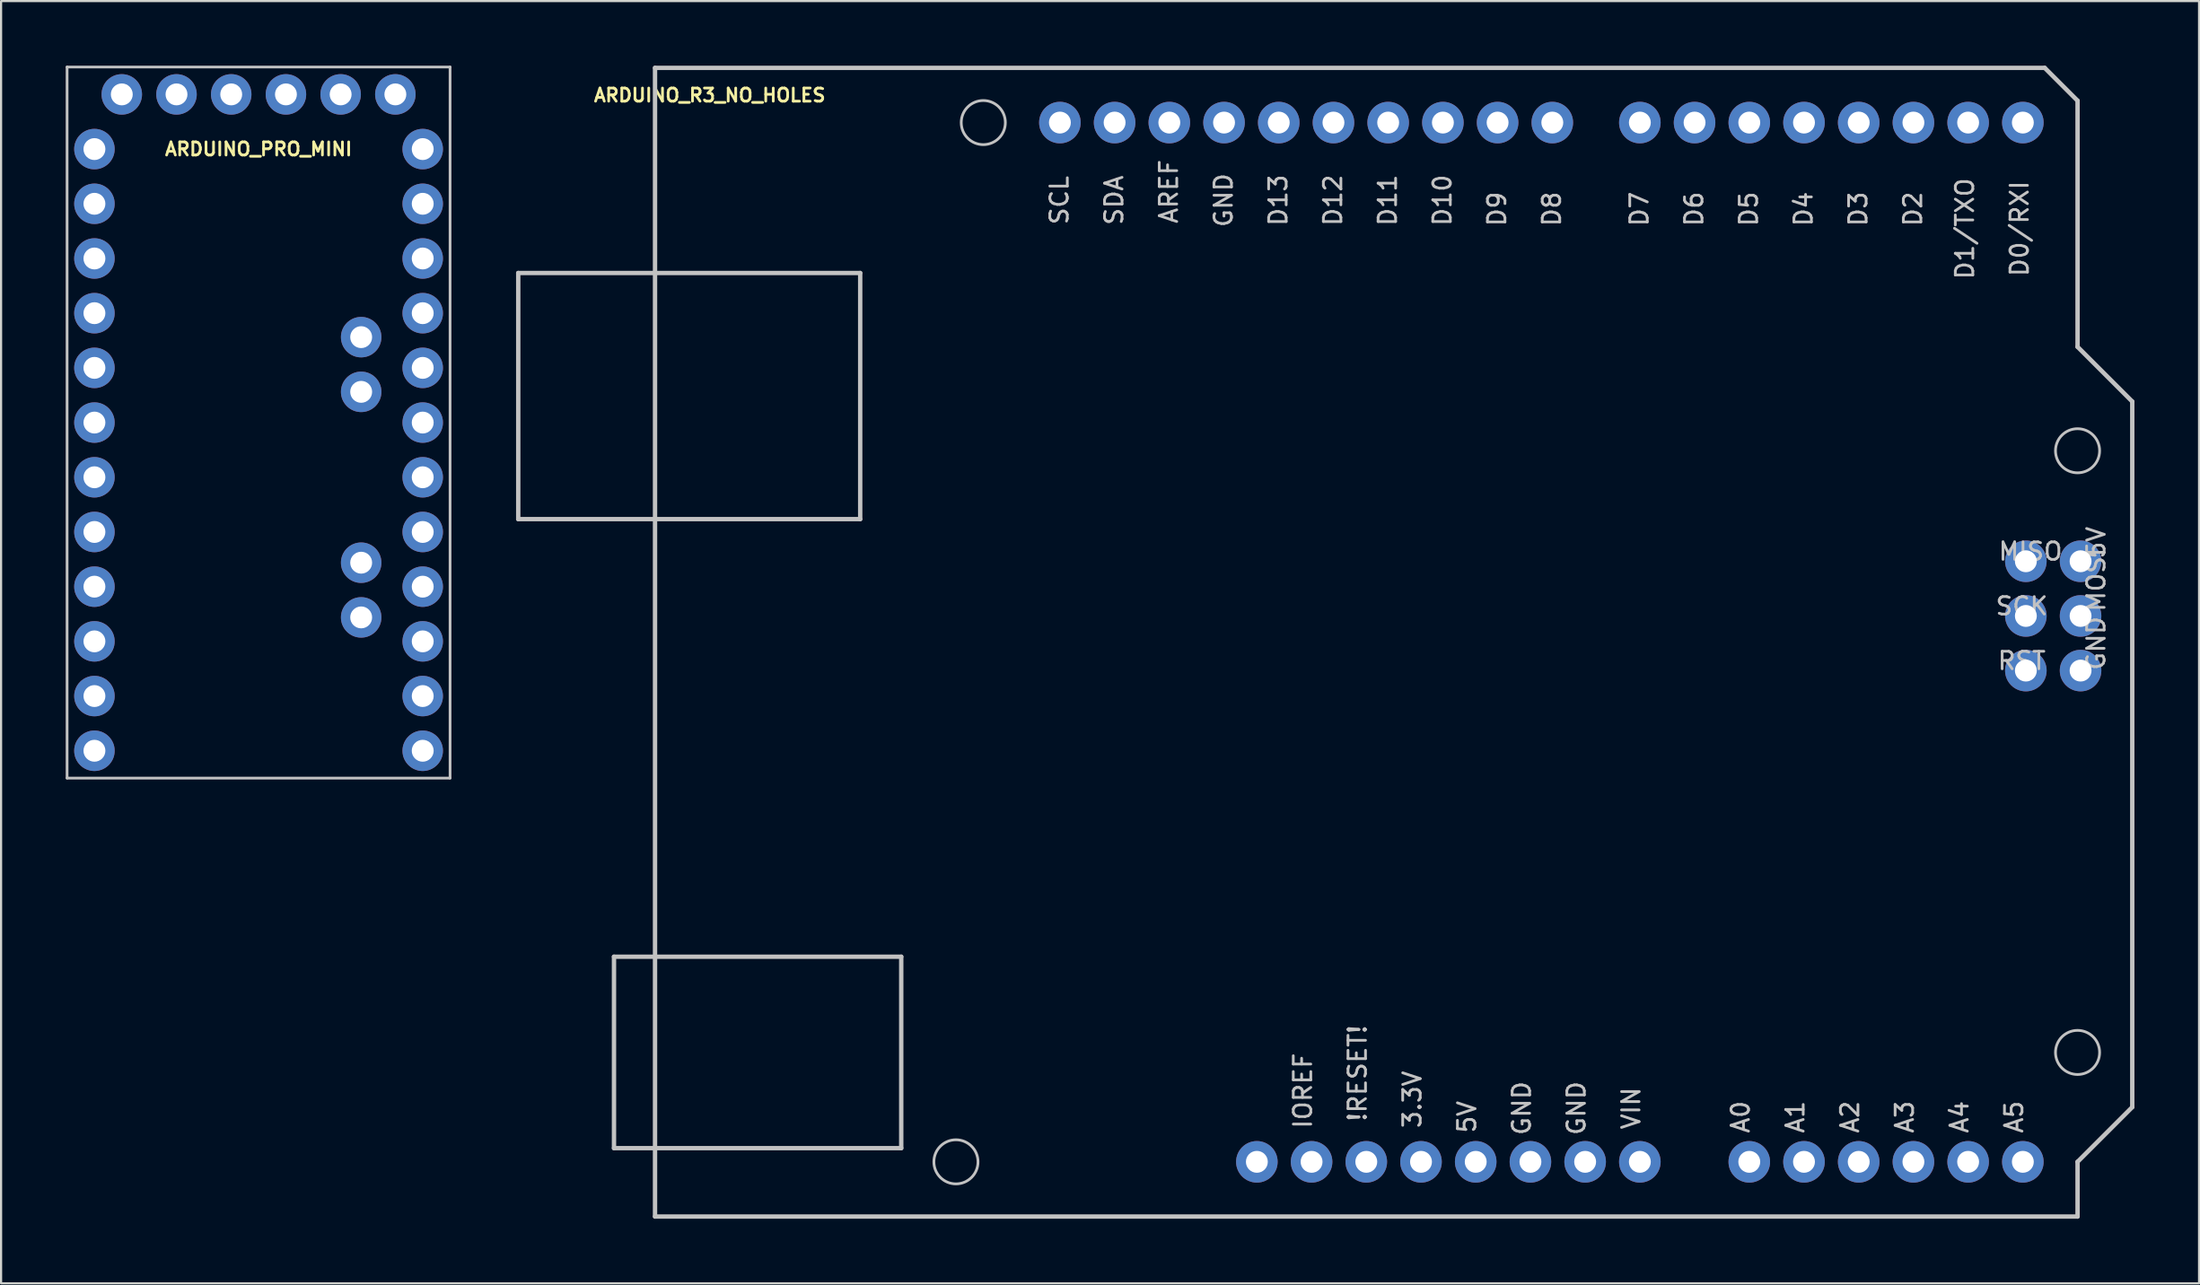
<source format=kicad_pcb>
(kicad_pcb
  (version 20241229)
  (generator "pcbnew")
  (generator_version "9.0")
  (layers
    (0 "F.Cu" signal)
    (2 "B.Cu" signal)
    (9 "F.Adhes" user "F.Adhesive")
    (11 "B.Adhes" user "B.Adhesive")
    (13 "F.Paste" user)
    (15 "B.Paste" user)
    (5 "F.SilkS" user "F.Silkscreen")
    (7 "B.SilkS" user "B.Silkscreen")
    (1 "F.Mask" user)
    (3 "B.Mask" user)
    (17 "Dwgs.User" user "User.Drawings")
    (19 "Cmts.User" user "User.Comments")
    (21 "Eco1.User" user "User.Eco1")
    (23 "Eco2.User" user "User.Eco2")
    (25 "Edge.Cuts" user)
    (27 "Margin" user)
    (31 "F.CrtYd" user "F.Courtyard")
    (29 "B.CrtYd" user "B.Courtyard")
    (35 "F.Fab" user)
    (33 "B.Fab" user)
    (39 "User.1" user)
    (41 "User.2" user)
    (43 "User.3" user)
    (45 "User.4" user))
  (footprint "ARDUINO_PRO_MINI"
    (layer "F.Cu")
    (at 8.954 16.573)
    (property "Reference" "ARDUINO_PRO_MINI" (at 0 -12.7 0) (layer "F.SilkS") (effects (font (size 0.61 0.61) (thickness 0.127))))
    (attr exclude_from_pos_files exclude_from_bom)
    (fp_line (start -8.89 -16.51) (end -8.89 16.51) (stroke (width 0.127) (type solid)) (layer "Dwgs.User"))
    (fp_line (start -8.89 16.51) (end 8.89 16.51) (stroke (width 0.127) (type solid)) (layer "Dwgs.User"))
    (fp_line (start 8.89 -16.51) (end -8.89 -16.51) (stroke (width 0.127) (type solid)) (layer "Dwgs.User"))
    (fp_line (start 8.89 16.51) (end 8.89 -16.51) (stroke (width 0.127) (type solid)) (layer "Dwgs.User"))
    (pad "1" thru_hole circle (at -7.62 -12.7) (size 1.88 1.88) (drill 1.016) (layers "*.Cu" "*.Mask"))
    (pad "2" thru_hole circle (at -7.62 -10.16) (size 1.88 1.88) (drill 1.016) (layers "*.Cu" "*.Mask"))
    (pad "3" thru_hole circle (at -7.62 -7.62) (size 1.88 1.88) (drill 1.016) (layers "*.Cu" "*.Mask"))
    (pad "4" thru_hole circle (at -7.62 -5.08) (size 1.88 1.88) (drill 1.016) (layers "*.Cu" "*.Mask"))
    (pad "5" thru_hole circle (at -7.62 -2.54) (size 1.88 1.88) (drill 1.016) (layers "*.Cu" "*.Mask"))
    (pad "6" thru_hole circle (at -7.62 0) (size 1.88 1.88) (drill 1.016) (layers "*.Cu" "*.Mask"))
    (pad "7" thru_hole circle (at -7.62 2.54) (size 1.88 1.88) (drill 1.016) (layers "*.Cu" "*.Mask"))
    (pad "8" thru_hole circle (at -7.62 5.08) (size 1.88 1.88) (drill 1.016) (layers "*.Cu" "*.Mask"))
    (pad "9" thru_hole circle (at -7.62 7.62) (size 1.88 1.88) (drill 1.016) (layers "*.Cu" "*.Mask"))
    (pad "10" thru_hole circle (at -7.62 10.16) (size 1.88 1.88) (drill 1.016) (layers "*.Cu" "*.Mask"))
    (pad "11" thru_hole circle (at -7.62 12.7) (size 1.88 1.88) (drill 1.016) (layers "*.Cu" "*.Mask"))
    (pad "12" thru_hole circle (at -7.62 15.24) (size 1.88 1.88) (drill 1.016) (layers "*.Cu" "*.Mask"))
    (pad "13" thru_hole circle (at 7.62 15.24) (size 1.88 1.88) (drill 1.016) (layers "*.Cu" "*.Mask"))
    (pad "14" thru_hole circle (at 7.62 12.7) (size 1.88 1.88) (drill 1.016) (layers "*.Cu" "*.Mask"))
    (pad "15" thru_hole circle (at 7.62 10.16) (size 1.88 1.88) (drill 1.016) (layers "*.Cu" "*.Mask"))
    (pad "16" thru_hole circle (at 7.62 7.62) (size 1.88 1.88) (drill 1.016) (layers "*.Cu" "*.Mask"))
    (pad "17" thru_hole circle (at 7.62 5.08) (size 1.88 1.88) (drill 1.016) (layers "*.Cu" "*.Mask"))
    (pad "18" thru_hole circle (at 7.62 2.54) (size 1.88 1.88) (drill 1.016) (layers "*.Cu" "*.Mask"))
    (pad "19" thru_hole circle (at 7.62 0) (size 1.88 1.88) (drill 1.016) (layers "*.Cu" "*.Mask"))
    (pad "20" thru_hole circle (at 7.62 -2.54) (size 1.88 1.88) (drill 1.016) (layers "*.Cu" "*.Mask"))
    (pad "21" thru_hole circle (at 7.62 -5.08) (size 1.88 1.88) (drill 1.016) (layers "*.Cu" "*.Mask"))
    (pad "22" thru_hole circle (at 7.62 -7.62) (size 1.88 1.88) (drill 1.016) (layers "*.Cu" "*.Mask"))
    (pad "23" thru_hole circle (at 7.62 -10.16) (size 1.88 1.88) (drill 1.016) (layers "*.Cu" "*.Mask"))
    (pad "24" thru_hole circle (at 7.62 -12.7) (size 1.88 1.88) (drill 1.016) (layers "*.Cu" "*.Mask"))
    (pad "A4" thru_hole circle (at 4.763 -1.427) (size 1.88 1.88) (drill 1.016) (layers "*.Cu" "*.Mask"))
    (pad "A5" thru_hole circle (at 4.763 -3.967) (size 1.88 1.88) (drill 1.016) (layers "*.Cu" "*.Mask"))
    (pad "A6" thru_hole circle (at 4.763 9.047) (size 1.88 1.88) (drill 1.016) (layers "*.Cu" "*.Mask"))
    (pad "A7" thru_hole circle (at 4.763 6.507) (size 1.88 1.88) (drill 1.016) (layers "*.Cu" "*.Mask"))
    (pad "BLK" thru_hole circle (at -6.35 -15.24) (size 1.88 1.88) (drill 1.016) (layers "*.Cu" "*.Mask"))
    (pad "GND" thru_hole circle (at -3.81 -15.24) (size 1.88 1.88) (drill 1.016) (layers "*.Cu" "*.Mask"))
    (pad "GRN" thru_hole circle (at 6.35 -15.24) (size 1.88 1.88) (drill 1.016) (layers "*.Cu" "*.Mask"))
    (pad "RXI" thru_hole circle (at 1.27 -15.24) (size 1.88 1.88) (drill 1.016) (layers "*.Cu" "*.Mask"))
    (pad "TXO" thru_hole circle (at 3.81 -15.24) (size 1.88 1.88) (drill 1.016) (layers "*.Cu" "*.Mask"))
    (pad "VCC" thru_hole circle (at -1.27 -15.24) (size 1.88 1.88) (drill 1.016) (layers "*.Cu" "*.Mask")))
  (footprint "ARDUINO_R3_NO_HOLES"
    (layer "F.Cu")
    (at 61.649 26.772)
    (property "Reference" "ARDUINO_R3_NO_HOLES" (at -31.75 -25.4 0) (layer "F.SilkS") (effects (font (size 0.61 0.61) (thickness 0.127))))
    (attr exclude_from_pos_files exclude_from_bom)
    (fp_line (start -40.64 -17.145) (end -24.765 -17.145) (stroke (width 0.203) (type solid)) (layer "Dwgs.User"))
    (fp_line (start -40.64 -5.715) (end -40.64 -17.145) (stroke (width 0.203) (type solid)) (layer "Dwgs.User"))
    (fp_line (start -36.195 14.605) (end -22.86 14.605) (stroke (width 0.203) (type solid)) (layer "Dwgs.User"))
    (fp_line (start -36.195 23.495) (end -36.195 14.605) (stroke (width 0.203) (type solid)) (layer "Dwgs.User"))
    (fp_line (start -34.29 -26.67) (end 30.226 -26.67) (stroke (width 0.203) (type solid)) (layer "Dwgs.User"))
    (fp_line (start -34.29 26.67) (end -34.29 -26.67) (stroke (width 0.203) (type solid)) (layer "Dwgs.User"))
    (fp_line (start -24.765 -17.145) (end -24.765 -5.715) (stroke (width 0.203) (type solid)) (layer "Dwgs.User"))
    (fp_line (start -24.765 -5.715) (end -40.64 -5.715) (stroke (width 0.203) (type solid)) (layer "Dwgs.User"))
    (fp_line (start -22.86 14.605) (end -22.86 23.495) (stroke (width 0.203) (type solid)) (layer "Dwgs.User"))
    (fp_line (start -22.86 23.495) (end -36.195 23.495) (stroke (width 0.203) (type solid)) (layer "Dwgs.User"))
    (fp_line (start 30.226 -26.67) (end 31.75 -25.146) (stroke (width 0.203) (type solid)) (layer "Dwgs.User"))
    (fp_line (start 31.75 -25.146) (end 31.75 -13.716) (stroke (width 0.203) (type solid)) (layer "Dwgs.User"))
    (fp_line (start 31.75 -13.716) (end 34.29 -11.176) (stroke (width 0.203) (type solid)) (layer "Dwgs.User"))
    (fp_line (start 31.75 24.13) (end 31.75 26.67) (stroke (width 0.203) (type solid)) (layer "Dwgs.User"))
    (fp_line (start 31.75 26.67) (end -34.29 26.67) (stroke (width 0.203) (type solid)) (layer "Dwgs.User"))
    (fp_line (start 34.29 -11.176) (end 34.29 21.59) (stroke (width 0.203) (type solid)) (layer "Dwgs.User"))
    (fp_line (start 34.29 21.59) (end 31.75 24.13) (stroke (width 0.203) (type solid)) (layer "Dwgs.User"))
    (fp_circle (center -20.32 24.13) (end -20.32 23.106) (stroke (width 0.127) (type solid)) (fill no) (layer "Dwgs.User"))
    (fp_circle (center -19.05 -24.13) (end -19.05 -25.154) (stroke (width 0.127) (type solid)) (fill no) (layer "Dwgs.User"))
    (fp_circle (center 31.75 -8.89) (end 31.75 -9.914) (stroke (width 0.127) (type solid)) (fill no) (layer "Dwgs.User"))
    (fp_circle (center 31.75 19.05) (end 31.75 18.026) (stroke (width 0.127) (type solid)) (fill no) (layer "Dwgs.User"))
    (fp_text user "3.3V" (at 0.864 21.234 90) (layer "Dwgs.User") (effects (font (size 0.813 0.813) (thickness 0.127))))
    (fp_text user "D8" (at 7.341 -20.117 90) (layer "Dwgs.User") (effects (font (size 0.813 0.813) (thickness 0.127))))
    (fp_text user "D11" (at -0.279 -20.523 90) (layer "Dwgs.User") (effects (font (size 0.813 0.813) (thickness 0.127))))
    (fp_text user "A0" (at 16.104 22.047 90) (layer "Dwgs.User") (effects (font (size 0.813 0.813) (thickness 0.127))))
    (fp_text user "5V" (at 32.614 -4.623 90) (layer "Dwgs.User") (effects (font (size 0.813 0.813) (thickness 0.127))))
    (fp_text user "D5" (at 16.485 -20.117 90) (layer "Dwgs.User") (effects (font (size 0.813 0.813) (thickness 0.127))))
    (fp_text user "D9" (at 4.798 -20.117 90) (layer "Dwgs.User") (effects (font (size 0.813 0.813) (thickness 0.127))))
    (fp_text user "IOREF" (at -4.216 20.828 90) (layer "Dwgs.User") (effects (font (size 0.813 0.813) (thickness 0.127))))
    (fp_text user "!RESET!" (at -1.676 20.015 90) (layer "Dwgs.User") (effects (font (size 0.813 0.813) (thickness 0.127))))
    (fp_text user "GND" (at 8.484 21.641 90) (layer "Dwgs.User") (effects (font (size 0.813 0.813) (thickness 0.127))))
    (fp_text user "GND" (at 5.944 21.641 90) (layer "Dwgs.User") (effects (font (size 0.813 0.813) (thickness 0.127))))
    (fp_text user "MOSI" (at 32.614 -2.896 90) (layer "Dwgs.User") (effects (font (size 0.813 0.813) (thickness 0.127))))
    (fp_text user "A5" (at 28.801 22.047 90) (layer "Dwgs.User") (effects (font (size 0.813 0.813) (thickness 0.127))))
    (fp_text user "RST" (at 29.159 0.864 0) (layer "Dwgs.User") (effects (font (size 0.813 0.813) (thickness 0.127))))
    (fp_text user "AREF" (at -10.439 -20.93 90) (layer "Dwgs.User") (effects (font (size 0.813 0.813) (thickness 0.127))))
    (fp_text user "5V" (at 3.404 22.047 90) (layer "Dwgs.User") (effects (font (size 0.813 0.813) (thickness 0.127))))
    (fp_text user "GND" (at -7.899 -20.523 90) (layer "Dwgs.User") (effects (font (size 0.813 0.813) (thickness 0.127))))
    (fp_text user "A1" (at 18.644 22.047 90) (layer "Dwgs.User") (effects (font (size 0.813 0.813) (thickness 0.127))))
    (fp_text user "A2" (at 21.184 22.047 90) (layer "Dwgs.User") (effects (font (size 0.813 0.813) (thickness 0.127))))
    (fp_text user "D0/RXI" (at 29.055 -19.202 90) (layer "Dwgs.User") (effects (font (size 0.813 0.813) (thickness 0.127))))
    (fp_text user "MISO" (at 29.566 -4.216 0) (layer "Dwgs.User") (effects (font (size 0.813 0.813) (thickness 0.127))))
    (fp_text user "D10" (at 2.261 -20.523 90) (layer "Dwgs.User") (effects (font (size 0.813 0.813) (thickness 0.127))))
    (fp_text user "D3" (at 21.565 -20.117 90) (layer "Dwgs.User") (effects (font (size 0.813 0.813) (thickness 0.127))))
    (fp_text user "D2" (at 24.105 -20.117 90) (layer "Dwgs.User") (effects (font (size 0.813 0.813) (thickness 0.127))))
    (fp_text user "SCL" (at -15.519 -20.523 90) (layer "Dwgs.User") (effects (font (size 0.813 0.813) (thickness 0.127))))
    (fp_text user "VIN" (at 11.024 21.641 90) (layer "Dwgs.User") (effects (font (size 0.813 0.813) (thickness 0.127))))
    (fp_text user "GND" (at 32.614 0.051 90) (layer "Dwgs.User") (effects (font (size 0.813 0.813) (thickness 0.127))))
    (fp_text user "A3" (at 23.724 22.047 90) (layer "Dwgs.User") (effects (font (size 0.813 0.813) (thickness 0.127))))
    (fp_text user "D6" (at 13.945 -20.117 90) (layer "Dwgs.User") (effects (font (size 0.813 0.813) (thickness 0.127))))
    (fp_text user "D4" (at 19.025 -20.117 90) (layer "Dwgs.User") (effects (font (size 0.813 0.813) (thickness 0.127))))
    (fp_text user "D13" (at -5.359 -20.523 90) (layer "Dwgs.User") (effects (font (size 0.813 0.813) (thickness 0.127))))
    (fp_text user "D12" (at -2.819 -20.523 90) (layer "Dwgs.User") (effects (font (size 0.813 0.813) (thickness 0.127))))
    (fp_text user "SCK" (at 29.159 -1.676 0) (layer "Dwgs.User") (effects (font (size 0.813 0.813) (thickness 0.127))))
    (fp_text user "SDA" (at -12.979 -20.523 90) (layer "Dwgs.User") (effects (font (size 0.813 0.813) (thickness 0.127))))
    (fp_text user "A4" (at 26.264 22.047 90) (layer "Dwgs.User") (effects (font (size 0.813 0.813) (thickness 0.127))))
    (fp_text user "D7" (at 11.405 -20.117 90) (layer "Dwgs.User") (effects (font (size 0.813 0.813) (thickness 0.127))))
    (fp_text user "D1/TXO" (at 26.518 -19.202 90) (layer "Dwgs.User") (effects (font (size 0.813 0.813) (thickness 0.127))))
    (pad "3.3V" thru_hole circle (at 1.27 24.13) (size 1.93 1.93) (drill 1.016) (layers "*.Cu" "*.Mask"))
    (pad "5V" thru_hole circle (at 3.81 24.13) (size 1.93 1.93) (drill 1.016) (layers "*.Cu" "*.Mask"))
    (pad "A0" thru_hole circle (at 16.51 24.13) (size 1.93 1.93) (drill 1.016) (layers "*.Cu" "*.Mask"))
    (pad "A1" thru_hole circle (at 19.05 24.13) (size 1.93 1.93) (drill 1.016) (layers "*.Cu" "*.Mask"))
    (pad "A2" thru_hole circle (at 21.59 24.13) (size 1.93 1.93) (drill 1.016) (layers "*.Cu" "*.Mask"))
    (pad "A3" thru_hole circle (at 24.13 24.13) (size 1.93 1.93) (drill 1.016) (layers "*.Cu" "*.Mask"))
    (pad "A4" thru_hole circle (at 26.67 24.13) (size 1.93 1.93) (drill 1.016) (layers "*.Cu" "*.Mask"))
    (pad "A5" thru_hole circle (at 29.21 24.13) (size 1.93 1.93) (drill 1.016) (layers "*.Cu" "*.Mask"))
    (pad "AREF" thru_hole circle (at -10.414 -24.13) (size 1.93 1.93) (drill 1.016) (layers "*.Cu" "*.Mask"))
    (pad "D0" thru_hole circle (at 29.21 -24.13) (size 1.93 1.93) (drill 1.016) (layers "*.Cu" "*.Mask"))
    (pad "D1" thru_hole circle (at 26.67 -24.13) (size 1.93 1.93) (drill 1.016) (layers "*.Cu" "*.Mask"))
    (pad "D2" thru_hole circle (at 24.13 -24.13) (size 1.93 1.93) (drill 1.016) (layers "*.Cu" "*.Mask"))
    (pad "D3" thru_hole circle (at 21.59 -24.13) (size 1.93 1.93) (drill 1.016) (layers "*.Cu" "*.Mask"))
    (pad "D4" thru_hole circle (at 19.05 -24.13) (size 1.93 1.93) (drill 1.016) (layers "*.Cu" "*.Mask"))
    (pad "D5" thru_hole circle (at 16.51 -24.13) (size 1.93 1.93) (drill 1.016) (layers "*.Cu" "*.Mask"))
    (pad "D6" thru_hole circle (at 13.97 -24.13) (size 1.93 1.93) (drill 1.016) (layers "*.Cu" "*.Mask"))
    (pad "D7" thru_hole circle (at 11.43 -24.13) (size 1.93 1.93) (drill 1.016) (layers "*.Cu" "*.Mask"))
    (pad "D8" thru_hole circle (at 7.366 -24.13) (size 1.93 1.93) (drill 1.016) (layers "*.Cu" "*.Mask"))
    (pad "D9" thru_hole circle (at 4.826 -24.13) (size 1.93 1.93) (drill 1.016) (layers "*.Cu" "*.Mask"))
    (pad "D10" thru_hole circle (at 2.286 -24.13) (size 1.93 1.93) (drill 1.016) (layers "*.Cu" "*.Mask"))
    (pad "D11" thru_hole circle (at -0.254 -24.13) (size 1.93 1.93) (drill 1.016) (layers "*.Cu" "*.Mask"))
    (pad "D12" thru_hole circle (at -2.794 -24.13) (size 1.93 1.93) (drill 1.016) (layers "*.Cu" "*.Mask"))
    (pad "D13" thru_hole circle (at -5.334 -24.13) (size 1.93 1.93) (drill 1.016) (layers "*.Cu" "*.Mask"))
    (pad "GND@" thru_hole circle (at -7.874 -24.13) (size 1.93 1.93) (drill 1.016) (layers "*.Cu" "*.Mask"))
    (pad "GND@" thru_hole circle (at 6.35 24.13) (size 1.93 1.93) (drill 1.016) (layers "*.Cu" "*.Mask"))
    (pad "GND@" thru_hole circle (at 8.89 24.13) (size 1.93 1.93) (drill 1.016) (layers "*.Cu" "*.Mask"))
    (pad "GND@" thru_hole circle (at 31.89 1.318) (size 1.93 1.93) (drill 1.016) (layers "*.Cu" "*.Mask"))
    (pad "IORE" thru_hole circle (at -3.81 24.13) (size 1.93 1.93) (drill 1.016) (layers "*.Cu" "*.Mask"))
    (pad "MISO" thru_hole circle (at 29.35 -3.759) (size 1.93 1.93) (drill 1.016) (layers "*.Cu" "*.Mask"))
    (pad "MOSI" thru_hole circle (at 31.89 -1.219) (size 1.93 1.93) (drill 1.016) (layers "*.Cu" "*.Mask"))
    (pad "NC" thru_hole circle (at -6.35 24.13) (size 1.93 1.93) (drill 1.016) (layers "*.Cu" "*.Mask"))
    (pad "RESE" thru_hole circle (at -1.27 24.13) (size 1.93 1.93) (drill 1.016) (layers "*.Cu" "*.Mask"))
    (pad "RESE" thru_hole circle (at 29.35 1.318) (size 1.93 1.93) (drill 1.016) (layers "*.Cu" "*.Mask"))
    (pad "SCK" thru_hole circle (at 29.35 -1.219) (size 1.93 1.93) (drill 1.016) (layers "*.Cu" "*.Mask"))
    (pad "SCL" thru_hole circle (at -15.494 -24.13) (size 1.93 1.93) (drill 1.016) (layers "*.Cu" "*.Mask"))
    (pad "SDA" thru_hole circle (at -12.954 -24.13) (size 1.93 1.93) (drill 1.016) (layers "*.Cu" "*.Mask"))
    (pad "VCC" thru_hole circle (at 31.89 -3.759) (size 1.93 1.93) (drill 1.016) (layers "*.Cu" "*.Mask"))
    (pad "VIN" thru_hole circle (at 11.43 24.13) (size 1.93 1.93) (drill 1.016) (layers "*.Cu" "*.Mask")))
  (gr_rect
    (start -3 -3)
    (end 99.04 56.543)
    (stroke (width 0.1) (type default))
    (fill no)
    (layer "Edge.Cuts")))
</source>
